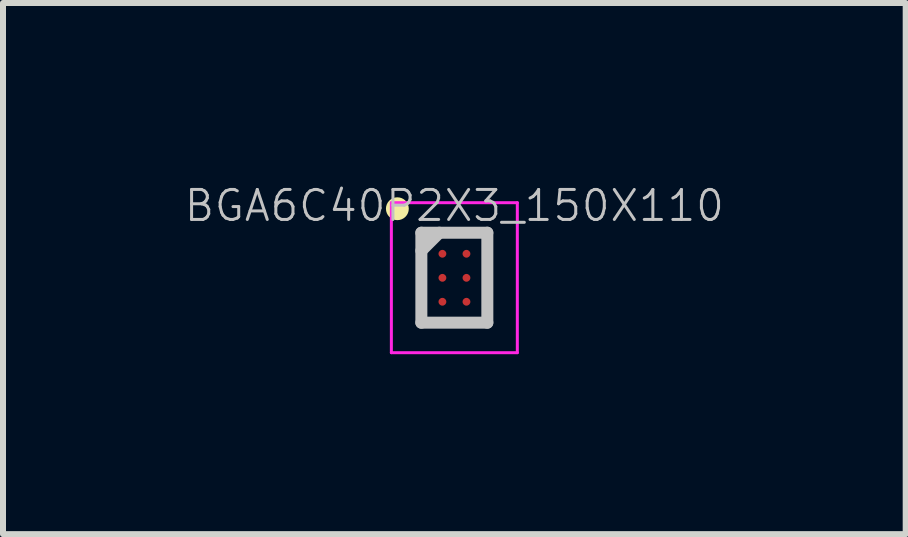
<source format=kicad_pcb>
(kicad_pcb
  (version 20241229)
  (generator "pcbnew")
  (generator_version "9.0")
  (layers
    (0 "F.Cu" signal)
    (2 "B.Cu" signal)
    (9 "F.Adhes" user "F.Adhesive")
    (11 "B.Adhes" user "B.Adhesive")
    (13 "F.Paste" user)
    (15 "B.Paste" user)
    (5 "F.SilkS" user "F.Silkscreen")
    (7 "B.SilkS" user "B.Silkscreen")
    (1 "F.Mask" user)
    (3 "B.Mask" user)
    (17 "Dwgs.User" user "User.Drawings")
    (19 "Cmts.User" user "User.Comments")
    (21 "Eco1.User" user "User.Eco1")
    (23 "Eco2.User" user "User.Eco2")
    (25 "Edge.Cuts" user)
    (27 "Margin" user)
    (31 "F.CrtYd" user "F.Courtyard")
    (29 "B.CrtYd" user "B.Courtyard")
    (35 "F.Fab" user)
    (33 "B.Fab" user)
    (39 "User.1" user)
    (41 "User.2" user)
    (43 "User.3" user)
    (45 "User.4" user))
  (footprint "BGA6C40P2X3_150X110"
    (layer "F.Cu")
    (at 4.525 1.58)
    (property "Reference" "BGA6C40P2X3_150X110" (at 0 -1.2 0) (layer "Dwgs.User") (effects (font (size 0.5 0.5) (thickness 0.05))))
    (attr smd)
    (fp_line (start -0.95 -1.15) (end -0.95 -1.15) (stroke (width 0.381) (type solid)) (layer "F.SilkS"))
    (fp_line (start -0.55 -0.75) (end -0.55 0.75) (stroke (width 0.2) (type solid)) (layer "Dwgs.User"))
    (fp_line (start -0.55 -0.75) (end 0.55 -0.75) (stroke (width 0.2) (type solid)) (layer "Dwgs.User"))
    (fp_line (start -0.55 -0.45) (end -0.25 -0.75) (stroke (width 0.2) (type solid)) (layer "Dwgs.User"))
    (fp_line (start -0.55 0.75) (end 0.55 0.75) (stroke (width 0.2) (type solid)) (layer "Dwgs.User"))
    (fp_line (start 0.55 -0.75) (end 0.55 0.75) (stroke (width 0.2) (type solid)) (layer "Dwgs.User"))
    (fp_line (start -1.05 -1.25) (end -1.05 1.25) (stroke (width 0.05) (type solid)) (layer "F.CrtYd"))
    (fp_line (start -1.05 -1.25) (end 1.05 -1.25) (stroke (width 0.05) (type solid)) (layer "F.CrtYd"))
    (fp_line (start -1.05 1.25) (end 1.05 1.25) (stroke (width 0.05) (type solid)) (layer "F.CrtYd"))
    (fp_line (start 1.05 -1.25) (end 1.05 1.25) (stroke (width 0.05) (type solid)) (layer "F.CrtYd"))
    (pad "A1" smd circle (at -0.199 -0.399) (size 0.13 0.13) (layers "F.Cu" "F.Mask" "F.Paste"))
    (pad "A2" smd circle (at 0.202 -0.399) (size 0.13 0.13) (layers "F.Cu" "F.Mask" "F.Paste"))
    (pad "B1" smd circle (at -0.199 0.002) (size 0.13 0.13) (layers "F.Cu" "F.Mask" "F.Paste"))
    (pad "B2" smd circle (at 0.202 0.002) (size 0.13 0.13) (layers "F.Cu" "F.Mask" "F.Paste"))
    (pad "C1" smd circle (at -0.199 0.401) (size 0.13 0.13) (layers "F.Cu" "F.Mask" "F.Paste"))
    (pad "C2" smd circle (at 0.202 0.401) (size 0.13 0.13) (layers "F.Cu" "F.Mask" "F.Paste")))
  (gr_rect
    (start -3 -3)
    (end 12.05 5.855)
    (stroke (width 0.1) (type default))
    (fill no)
    (layer "Edge.Cuts")))
</source>
